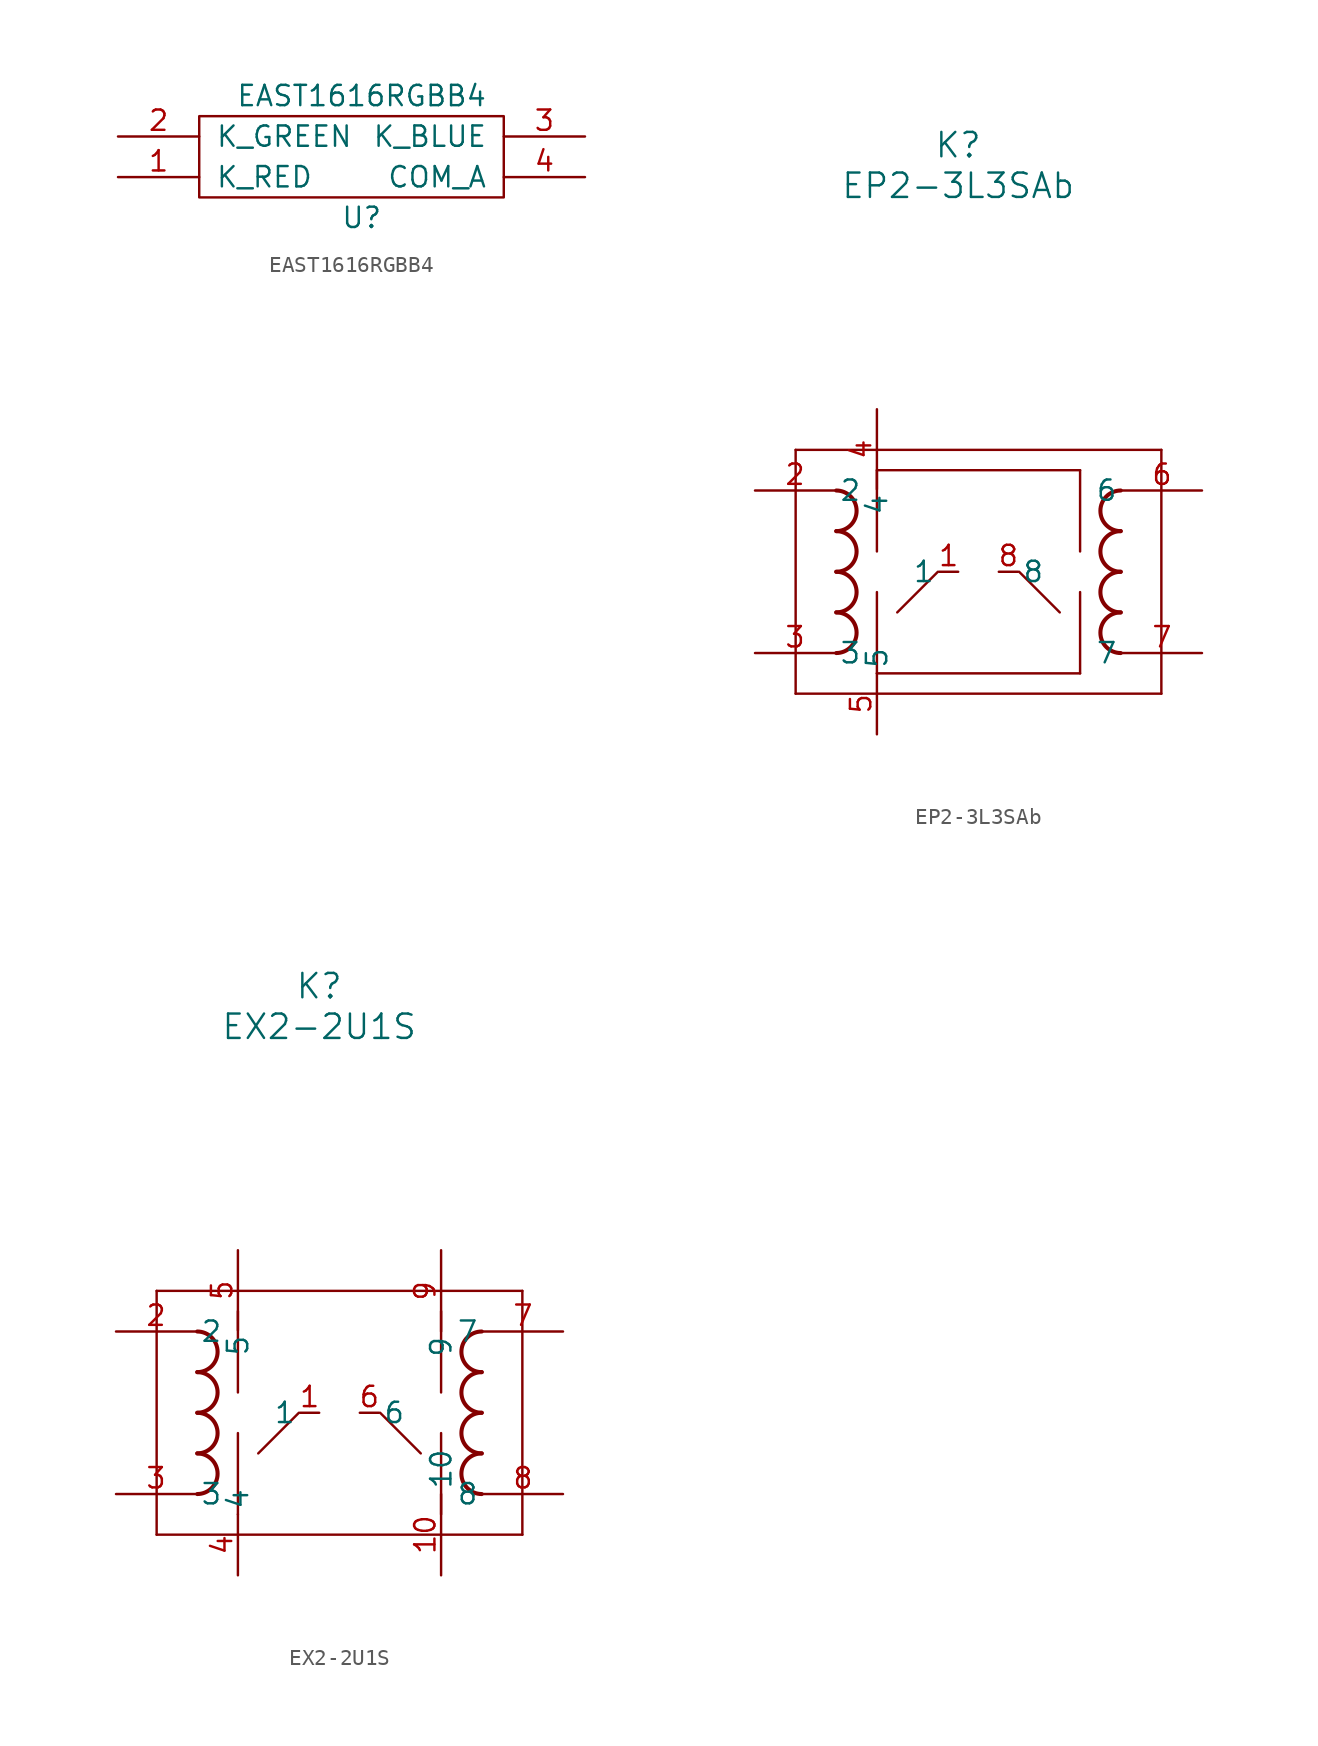
<source format=kicad_sym>
(kicad_symbol_lib
  (version 20211014)
  (generator kicad_symbol_editor)
  (symbol "EAST1616RGBB4"
    (pin_names
      (offset 1.016))
    (property "Reference" "U"
      (at 0 -3.81 0)
      (effects (font (size 1.27 1.27))))
    (property "Value" "EAST1616RGBB4"
      (at 0 3.81 0)
      (effects (font (size 1.27 1.27))))
    (symbol "EAST1616RGBB4_0_1"
      (rectangle (start -10.16 2.54) (end 8.89 -2.54) (stroke (width 0) (type default) (color 0 0 0 0)) (fill (type none))))
    (symbol "EAST1616RGBB4_1_1"
      (pin input line (at -15.24 -1.27 0) (length 5.08) (name "K_RED" (effects (font (size 1.27 1.27)))) (number "1" (effects (font (size 1.27 1.27)))))
      (pin input line (at -15.24 1.27 0) (length 5.08) (name "K_GREEN" (effects (font (size 1.27 1.27)))) (number "2" (effects (font (size 1.27 1.27)))))
      (pin input line (at 13.97 1.27 180) (length 5.08) (name "K_BLUE" (effects (font (size 1.27 1.27)))) (number "3" (effects (font (size 1.27 1.27)))))
      (pin passive line (at 13.97 -1.27 180) (length 5.08) (name "COM_A" (effects (font (size 1.27 1.27)))) (number "4" (effects (font (size 1.27 1.27)))))))
  (symbol "EP2-3L3SAb"
    (pin_names
      (offset 0.254))
    (property "Reference" "K"
      (at 12.7 21.59 0)
      (effects (font (size 1.524 1.524))))
    (property "Value" "EP2-3L3SAb"
      (at 12.7 19.05 0)
      (effects (font (size 1.524 1.524))))
    (property "Datasheet" ""
      (at 0 0 0)
      (effects (font (size 1.524 1.524))))
    (property "ki_locked" ""
      (at 0 0 0)
      (effects (font (size 1.27 1.27))))
    (symbol "EP2-3L3SAb_1_1"
      (polyline (pts (xy 2.54 -12.7) (xy 2.54 2.54)) (stroke (width 0) (type default) (color 0 0 0 0)) (fill (type none)))
      (polyline (pts (xy 2.54 2.54) (xy 25.4 2.54)) (stroke (width 0) (type default) (color 0 0 0 0)) (fill (type none)))
      (polyline (pts (xy 7.62 -6.35) (xy 7.62 -11.43)) (stroke (width 0) (type default) (color 0 0 0 0)) (fill (type none)))
      (polyline (pts (xy 7.62 -3.81) (xy 7.62 1.27)) (stroke (width 0) (type default) (color 0 0 0 0)) (fill (type none)))
      (polyline (pts (xy 8.89 -7.62) (xy 11.43 -5.08)) (stroke (width 0) (type default) (color 0 0 0 0)) (fill (type none)))
      (polyline (pts (xy 19.05 -7.62) (xy 16.51 -5.08)) (stroke (width 0) (type default) (color 0 0 0 0)) (fill (type none)))
      (polyline (pts (xy 20.32 -6.35) (xy 20.32 -11.43)) (stroke (width 0) (type default) (color 0 0 0 0)) (fill (type none)))
      (polyline (pts (xy 20.32 -3.81) (xy 20.32 1.27)) (stroke (width 0) (type default) (color 0 0 0 0)) (fill (type none)))
      (polyline (pts (xy 25.4 -12.7) (xy 2.54 -12.7)) (stroke (width 0) (type default) (color 0 0 0 0)) (fill (type none)))
      (polyline (pts (xy 25.4 2.54) (xy 25.4 -12.7)) (stroke (width 0) (type default) (color 0 0 0 0)) (fill (type none)))
      (arc (start 5.08 -10.16) (mid 6.35 -8.89) (end 5.08 -7.62) (stroke (width 0.254) (type default) (color 0 0 0 0)) (fill (type none)))
      (arc (start 5.08 -7.62) (mid 6.35 -6.35) (end 5.08 -5.08) (stroke (width 0.254) (type default) (color 0 0 0 0)) (fill (type none)))
      (arc (start 5.08 -5.08) (mid 6.35 -3.81) (end 5.08 -2.54) (stroke (width 0.254) (type default) (color 0 0 0 0)) (fill (type none)))
      (arc (start 5.08 -2.54) (mid 6.35 -1.27) (end 5.08 0) (stroke (width 0.254) (type default) (color 0 0 0 0)) (fill (type none)))
      (rectangle (start 20.32 -11.43) (end 7.62 -11.43) (stroke (width 0) (type default) (color 0 0 0 0)) (fill (type none)))
      (rectangle (start 20.32 1.27) (end 7.62 1.27) (stroke (width 0) (type default) (color 0 0 0 0)) (fill (type none)))
      (arc (start 22.86 -7.62) (mid 21.59 -8.89) (end 22.86 -10.16) (stroke (width 0.254) (type default) (color 0 0 0 0)) (fill (type none)))
      (arc (start 22.86 -5.08) (mid 21.59 -6.35) (end 22.86 -7.62) (stroke (width 0.254) (type default) (color 0 0 0 0)) (fill (type none)))
      (arc (start 22.86 -2.54) (mid 21.59 -3.81) (end 22.86 -5.08) (stroke (width 0.254) (type default) (color 0 0 0 0)) (fill (type none)))
      (arc (start 22.86 0) (mid 21.59 -1.27) (end 22.86 -2.54) (stroke (width 0.254) (type default) (color 0 0 0 0)) (fill (type none)))
      (pin bidirectional line (at 12.7 -5.08 180) (length 1.194) (name "1" (effects (font (size 1.27 1.27)))) (number "1" (effects (font (size 1.27 1.27)))))
      (pin bidirectional line (at 0 0 0) (length 5.004) (name "2" (effects (font (size 1.27 1.27)))) (number "2" (effects (font (size 1.27 1.27)))))
      (pin bidirectional line (at 0 -10.16 0) (length 5.004) (name "3" (effects (font (size 1.27 1.27)))) (number "3" (effects (font (size 1.27 1.27)))))
      (pin bidirectional line (at 7.62 5.08 270) (length 5.004) (name "4" (effects (font (size 1.27 1.27)))) (number "4" (effects (font (size 1.27 1.27)))))
      (pin bidirectional line (at 7.62 -15.24 90) (length 3.81) (name "5" (effects (font (size 1.27 1.27)))) (number "5" (effects (font (size 1.27 1.27)))))
      (pin bidirectional line (at 27.94 0 180) (length 5.004) (name "6" (effects (font (size 1.27 1.27)))) (number "6" (effects (font (size 1.27 1.27)))))
      (pin bidirectional line (at 27.94 -10.16 180) (length 5.004) (name "7" (effects (font (size 1.27 1.27)))) (number "7" (effects (font (size 1.27 1.27)))))
      (pin bidirectional line (at 15.24 -5.08 0) (length 1.194) (name "8" (effects (font (size 1.27 1.27)))) (number "8" (effects (font (size 1.27 1.27)))))))
  (symbol "EX2-2U1S"
    (pin_names
      (offset 0.254))
    (property "Reference" "K"
      (at 12.7 21.59 0)
      (effects (font (size 1.524 1.524))))
    (property "Value" "EX2-2U1S"
      (at 12.7 19.05 0)
      (effects (font (size 1.524 1.524))))
    (property "Datasheet" ""
      (at 0 0 0)
      (effects (font (size 1.524 1.524))))
    (property "ki_locked" ""
      (at 0 0 0)
      (effects (font (size 1.27 1.27))))
    (symbol "EX2-2U1S_1_1"
      (polyline (pts (xy 2.54 -12.7) (xy 2.54 2.54)) (stroke (width 0) (type default) (color 0 0 0 0)) (fill (type none)))
      (polyline (pts (xy 2.54 2.54) (xy 25.4 2.54)) (stroke (width 0) (type default) (color 0 0 0 0)) (fill (type none)))
      (polyline (pts (xy 7.62 -6.35) (xy 7.62 -11.43)) (stroke (width 0) (type default) (color 0 0 0 0)) (fill (type none)))
      (polyline (pts (xy 7.62 -3.81) (xy 7.62 1.27)) (stroke (width 0) (type default) (color 0 0 0 0)) (fill (type none)))
      (polyline (pts (xy 8.89 -7.62) (xy 11.43 -5.08)) (stroke (width 0) (type default) (color 0 0 0 0)) (fill (type none)))
      (polyline (pts (xy 19.05 -7.62) (xy 16.51 -5.08)) (stroke (width 0) (type default) (color 0 0 0 0)) (fill (type none)))
      (polyline (pts (xy 20.32 -6.35) (xy 20.32 -11.43)) (stroke (width 0) (type default) (color 0 0 0 0)) (fill (type none)))
      (polyline (pts (xy 20.32 -3.81) (xy 20.32 1.27)) (stroke (width 0) (type default) (color 0 0 0 0)) (fill (type none)))
      (polyline (pts (xy 25.4 -12.7) (xy 2.54 -12.7)) (stroke (width 0) (type default) (color 0 0 0 0)) (fill (type none)))
      (polyline (pts (xy 25.4 2.54) (xy 25.4 -12.7)) (stroke (width 0) (type default) (color 0 0 0 0)) (fill (type none)))
      (arc (start 5.08 -10.16) (mid 6.35 -8.89) (end 5.08 -7.62) (stroke (width 0.254) (type default) (color 0 0 0 0)) (fill (type none)))
      (arc (start 5.08 -7.62) (mid 6.35 -6.35) (end 5.08 -5.08) (stroke (width 0.254) (type default) (color 0 0 0 0)) (fill (type none)))
      (arc (start 5.08 -5.08) (mid 6.35 -3.81) (end 5.08 -2.54) (stroke (width 0.254) (type default) (color 0 0 0 0)) (fill (type none)))
      (arc (start 5.08 -2.54) (mid 6.35 -1.27) (end 5.08 0) (stroke (width 0.254) (type default) (color 0 0 0 0)) (fill (type none)))
      (arc (start 22.86 -7.62) (mid 21.59 -8.89) (end 22.86 -10.16) (stroke (width 0.254) (type default) (color 0 0 0 0)) (fill (type none)))
      (arc (start 22.86 -5.08) (mid 21.59 -6.35) (end 22.86 -7.62) (stroke (width 0.254) (type default) (color 0 0 0 0)) (fill (type none)))
      (arc (start 22.86 -2.54) (mid 21.59 -3.81) (end 22.86 -5.08) (stroke (width 0.254) (type default) (color 0 0 0 0)) (fill (type none)))
      (arc (start 22.86 0) (mid 21.59 -1.27) (end 22.86 -2.54) (stroke (width 0.254) (type default) (color 0 0 0 0)) (fill (type none)))
      (pin bidirectional line (at 12.7 -5.08 180) (length 1.194) (name "1" (effects (font (size 1.27 1.27)))) (number "1" (effects (font (size 1.27 1.27)))))
      (pin bidirectional line (at 20.32 -15.24 90) (length 5.08) (name "10" (effects (font (size 1.27 1.27)))) (number "10" (effects (font (size 1.27 1.27)))))
      (pin bidirectional line (at 0 0 0) (length 5.004) (name "2" (effects (font (size 1.27 1.27)))) (number "2" (effects (font (size 1.27 1.27)))))
      (pin bidirectional line (at 0 -10.16 0) (length 5.004) (name "3" (effects (font (size 1.27 1.27)))) (number "3" (effects (font (size 1.27 1.27)))))
      (pin bidirectional line (at 7.62 -15.24 90) (length 3.81) (name "4" (effects (font (size 1.27 1.27)))) (number "4" (effects (font (size 1.27 1.27)))))
      (pin bidirectional line (at 7.62 5.08 270) (length 5.004) (name "5" (effects (font (size 1.27 1.27)))) (number "5" (effects (font (size 1.27 1.27)))))
      (pin bidirectional line (at 15.24 -5.08 0) (length 1.194) (name "6" (effects (font (size 1.27 1.27)))) (number "6" (effects (font (size 1.27 1.27)))))
      (pin bidirectional line (at 27.94 0 180) (length 5.004) (name "7" (effects (font (size 1.27 1.27)))) (number "7" (effects (font (size 1.27 1.27)))))
      (pin bidirectional line (at 27.94 -10.16 180) (length 5.004) (name "8" (effects (font (size 1.27 1.27)))) (number "8" (effects (font (size 1.27 1.27)))))
      (pin bidirectional line (at 20.32 5.08 270) (length 5.08) (name "9" (effects (font (size 1.27 1.27)))) (number "9" (effects (font (size 1.27 1.27))))))))
</source>
